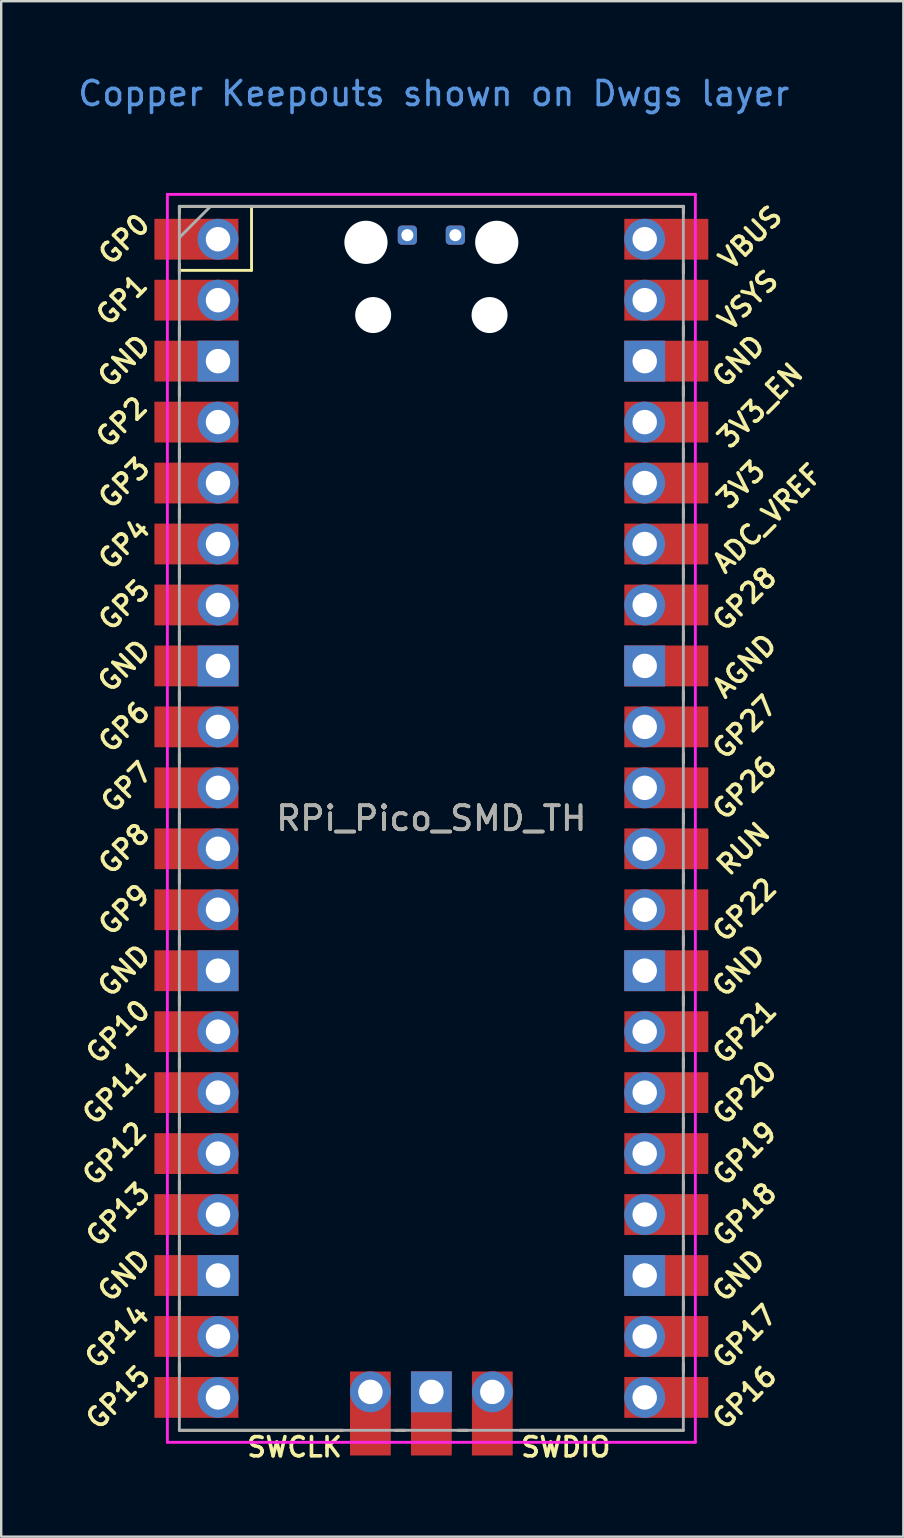
<source format=kicad_pcb>
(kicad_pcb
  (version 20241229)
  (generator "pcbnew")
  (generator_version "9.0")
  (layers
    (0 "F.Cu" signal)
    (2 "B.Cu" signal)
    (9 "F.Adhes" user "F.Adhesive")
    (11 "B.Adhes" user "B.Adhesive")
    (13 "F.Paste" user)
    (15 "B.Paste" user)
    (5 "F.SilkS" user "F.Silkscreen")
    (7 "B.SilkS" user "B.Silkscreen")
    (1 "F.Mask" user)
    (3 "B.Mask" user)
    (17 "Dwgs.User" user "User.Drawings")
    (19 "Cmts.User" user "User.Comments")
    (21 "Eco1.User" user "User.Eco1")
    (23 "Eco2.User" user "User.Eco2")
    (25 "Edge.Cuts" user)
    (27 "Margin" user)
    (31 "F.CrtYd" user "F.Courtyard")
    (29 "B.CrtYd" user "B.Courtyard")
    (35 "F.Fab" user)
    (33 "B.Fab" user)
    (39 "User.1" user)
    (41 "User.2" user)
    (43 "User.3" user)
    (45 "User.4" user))
  (footprint "RPi_Pico_SMD_TH"
    (layer "F.Cu")
    (at 14.924 31.048)
    (property "Reference" "RPi_Pico_SMD_TH" (at 0 0 0) (layer "F.SilkS") (effects (font (size 1 1) (thickness 0.15))))
    (attr through_hole)
    (fp_line (start -10.5 -25.5) (end -10.5 -25.2) (stroke (width 0.12) (type solid)) (layer "F.SilkS"))
    (fp_line (start -10.5 -25.5) (end 10.5 -25.5) (stroke (width 0.12) (type solid)) (layer "F.SilkS"))
    (fp_line (start -10.5 -23.1) (end -10.5 -22.7) (stroke (width 0.12) (type solid)) (layer "F.SilkS"))
    (fp_line (start -10.5 -22.833) (end -7.493 -22.833) (stroke (width 0.12) (type solid)) (layer "F.SilkS"))
    (fp_line (start -10.5 -20.5) (end -10.5 -20.1) (stroke (width 0.12) (type solid)) (layer "F.SilkS"))
    (fp_line (start -10.5 -18) (end -10.5 -17.6) (stroke (width 0.12) (type solid)) (layer "F.SilkS"))
    (fp_line (start -10.5 -15.4) (end -10.5 -15) (stroke (width 0.12) (type solid)) (layer "F.SilkS"))
    (fp_line (start -10.5 -12.9) (end -10.5 -12.5) (stroke (width 0.12) (type solid)) (layer "F.SilkS"))
    (fp_line (start -10.5 -10.4) (end -10.5 -10) (stroke (width 0.12) (type solid)) (layer "F.SilkS"))
    (fp_line (start -10.5 -7.8) (end -10.5 -7.4) (stroke (width 0.12) (type solid)) (layer "F.SilkS"))
    (fp_line (start -10.5 -5.3) (end -10.5 -4.9) (stroke (width 0.12) (type solid)) (layer "F.SilkS"))
    (fp_line (start -10.5 -2.7) (end -10.5 -2.3) (stroke (width 0.12) (type solid)) (layer "F.SilkS"))
    (fp_line (start -10.5 -0.2) (end -10.5 0.2) (stroke (width 0.12) (type solid)) (layer "F.SilkS"))
    (fp_line (start -10.5 2.3) (end -10.5 2.7) (stroke (width 0.12) (type solid)) (layer "F.SilkS"))
    (fp_line (start -10.5 4.9) (end -10.5 5.3) (stroke (width 0.12) (type solid)) (layer "F.SilkS"))
    (fp_line (start -10.5 7.4) (end -10.5 7.8) (stroke (width 0.12) (type solid)) (layer "F.SilkS"))
    (fp_line (start -10.5 10) (end -10.5 10.4) (stroke (width 0.12) (type solid)) (layer "F.SilkS"))
    (fp_line (start -10.5 12.5) (end -10.5 12.9) (stroke (width 0.12) (type solid)) (layer "F.SilkS"))
    (fp_line (start -10.5 15.1) (end -10.5 15.5) (stroke (width 0.12) (type solid)) (layer "F.SilkS"))
    (fp_line (start -10.5 17.6) (end -10.5 18) (stroke (width 0.12) (type solid)) (layer "F.SilkS"))
    (fp_line (start -10.5 20.1) (end -10.5 20.5) (stroke (width 0.12) (type solid)) (layer "F.SilkS"))
    (fp_line (start -10.5 22.7) (end -10.5 23.1) (stroke (width 0.12) (type solid)) (layer "F.SilkS"))
    (fp_line (start -7.493 -22.833) (end -7.493 -25.5) (stroke (width 0.12) (type solid)) (layer "F.SilkS"))
    (fp_line (start -3.7 25.5) (end -10.5 25.5) (stroke (width 0.12) (type solid)) (layer "F.SilkS"))
    (fp_line (start -1.5 25.5) (end -1.1 25.5) (stroke (width 0.12) (type solid)) (layer "F.SilkS"))
    (fp_line (start 1.1 25.5) (end 1.5 25.5) (stroke (width 0.12) (type solid)) (layer "F.SilkS"))
    (fp_line (start 10.5 -25.5) (end 10.5 -25.2) (stroke (width 0.12) (type solid)) (layer "F.SilkS"))
    (fp_line (start 10.5 -23.1) (end 10.5 -22.7) (stroke (width 0.12) (type solid)) (layer "F.SilkS"))
    (fp_line (start 10.5 -20.5) (end 10.5 -20.1) (stroke (width 0.12) (type solid)) (layer "F.SilkS"))
    (fp_line (start 10.5 -18) (end 10.5 -17.6) (stroke (width 0.12) (type solid)) (layer "F.SilkS"))
    (fp_line (start 10.5 -15.4) (end 10.5 -15) (stroke (width 0.12) (type solid)) (layer "F.SilkS"))
    (fp_line (start 10.5 -12.9) (end 10.5 -12.5) (stroke (width 0.12) (type solid)) (layer "F.SilkS"))
    (fp_line (start 10.5 -10.4) (end 10.5 -10) (stroke (width 0.12) (type solid)) (layer "F.SilkS"))
    (fp_line (start 10.5 -7.8) (end 10.5 -7.4) (stroke (width 0.12) (type solid)) (layer "F.SilkS"))
    (fp_line (start 10.5 -5.3) (end 10.5 -4.9) (stroke (width 0.12) (type solid)) (layer "F.SilkS"))
    (fp_line (start 10.5 -2.7) (end 10.5 -2.3) (stroke (width 0.12) (type solid)) (layer "F.SilkS"))
    (fp_line (start 10.5 -0.2) (end 10.5 0.2) (stroke (width 0.12) (type solid)) (layer "F.SilkS"))
    (fp_line (start 10.5 2.3) (end 10.5 2.7) (stroke (width 0.12) (type solid)) (layer "F.SilkS"))
    (fp_line (start 10.5 4.9) (end 10.5 5.3) (stroke (width 0.12) (type solid)) (layer "F.SilkS"))
    (fp_line (start 10.5 7.4) (end 10.5 7.8) (stroke (width 0.12) (type solid)) (layer "F.SilkS"))
    (fp_line (start 10.5 10) (end 10.5 10.4) (stroke (width 0.12) (type solid)) (layer "F.SilkS"))
    (fp_line (start 10.5 12.5) (end 10.5 12.9) (stroke (width 0.12) (type solid)) (layer "F.SilkS"))
    (fp_line (start 10.5 15.1) (end 10.5 15.5) (stroke (width 0.12) (type solid)) (layer "F.SilkS"))
    (fp_line (start 10.5 17.6) (end 10.5 18) (stroke (width 0.12) (type solid)) (layer "F.SilkS"))
    (fp_line (start 10.5 20.1) (end 10.5 20.5) (stroke (width 0.12) (type solid)) (layer "F.SilkS"))
    (fp_line (start 10.5 22.7) (end 10.5 23.1) (stroke (width 0.12) (type solid)) (layer "F.SilkS"))
    (fp_line (start 10.5 25.5) (end 3.7 25.5) (stroke (width 0.12) (type solid)) (layer "F.SilkS"))
    (fp_line (start -11 -26) (end 11 -26) (stroke (width 0.12) (type solid)) (layer "F.CrtYd"))
    (fp_line (start -11 26) (end -11 -26) (stroke (width 0.12) (type solid)) (layer "F.CrtYd"))
    (fp_line (start 11 -26) (end 11 26) (stroke (width 0.12) (type solid)) (layer "F.CrtYd"))
    (fp_line (start 11 26) (end -11 26) (stroke (width 0.12) (type solid)) (layer "F.CrtYd"))
    (fp_line (start -10.5 -25.5) (end 10.5 -25.5) (stroke (width 0.12) (type solid)) (layer "F.Fab"))
    (fp_line (start -10.5 -24.2) (end -9.2 -25.5) (stroke (width 0.12) (type solid)) (layer "F.Fab"))
    (fp_line (start -10.5 25.5) (end -10.5 -25.5) (stroke (width 0.12) (type solid)) (layer "F.Fab"))
    (fp_line (start 10.5 -25.5) (end 10.5 25.5) (stroke (width 0.12) (type solid)) (layer "F.Fab"))
    (fp_line (start 10.5 25.5) (end -10.5 25.5) (stroke (width 0.12) (type solid)) (layer "F.Fab"))
    (fp_text user "GP3" (at -12.8 -13.97 45) (layer "F.SilkS") (effects (font (size 0.8 0.8) (thickness 0.15))))
    (fp_text user "GP8" (at -12.8 1.27 45) (layer "F.SilkS") (effects (font (size 0.8 0.8) (thickness 0.15))))
    (fp_text user "GP4" (at -12.8 -11.43 45) (layer "F.SilkS") (effects (font (size 0.8 0.8) (thickness 0.15))))
    (fp_text user "GP19" (at 13.054 13.97 45) (layer "F.SilkS") (effects (font (size 0.8 0.8) (thickness 0.15))))
    (fp_text user "GP1" (at -12.9 -21.6 45) (layer "F.SilkS") (effects (font (size 0.8 0.8) (thickness 0.15))))
    (fp_text user "GP22" (at 13.054 3.81 45) (layer "F.SilkS") (effects (font (size 0.8 0.8) (thickness 0.15))))
    (fp_text user "ADC_VREF" (at 14 -12.5 45) (layer "F.SilkS") (effects (font (size 0.8 0.8) (thickness 0.15))))
    (fp_text user "GP17" (at 13.054 21.59 45) (layer "F.SilkS") (effects (font (size 0.8 0.8) (thickness 0.15))))
    (fp_text user "GND" (at 12.8 6.35 45) (layer "F.SilkS") (effects (font (size 0.8 0.8) (thickness 0.15))))
    (fp_text user "VSYS" (at 13.2 -21.59 45) (layer "F.SilkS") (effects (font (size 0.8 0.8) (thickness 0.15))))
    (fp_text user "GP6" (at -12.8 -3.81 45) (layer "F.SilkS") (effects (font (size 0.8 0.8) (thickness 0.15))))
    (fp_text user "GP26" (at 13.054 -1.27 45) (layer "F.SilkS") (effects (font (size 0.8 0.8) (thickness 0.15))))
    (fp_text user "GP11" (at -13.2 11.43 45) (layer "F.SilkS") (effects (font (size 0.8 0.8) (thickness 0.15))))
    (fp_text user "GP10" (at -13.054 8.89 45) (layer "F.SilkS") (effects (font (size 0.8 0.8) (thickness 0.15))))
    (fp_text user "GND" (at -12.8 19.05 45) (layer "F.SilkS") (effects (font (size 0.8 0.8) (thickness 0.15))))
    (fp_text user "GP15" (at -13.054 24.13 45) (layer "F.SilkS") (effects (font (size 0.8 0.8) (thickness 0.15))))
    (fp_text user "3V3" (at 12.9 -13.9 45) (layer "F.SilkS") (effects (font (size 0.8 0.8) (thickness 0.15))))
    (fp_text user "GP14" (at -13.1 21.59 45) (layer "F.SilkS") (effects (font (size 0.8 0.8) (thickness 0.15))))
    (fp_text user "GND" (at 12.8 19.05 45) (layer "F.SilkS") (effects (font (size 0.8 0.8) (thickness 0.15))))
    (fp_text user "GP9" (at -12.8 3.81 45) (layer "F.SilkS") (effects (font (size 0.8 0.8) (thickness 0.15))))
    (fp_text user "GP18" (at 13.054 16.51 45) (layer "F.SilkS") (effects (font (size 0.8 0.8) (thickness 0.15))))
    (fp_text user "GP20" (at 13.054 11.43 45) (layer "F.SilkS") (effects (font (size 0.8 0.8) (thickness 0.15))))
    (fp_text user "GP12" (at -13.2 13.97 45) (layer "F.SilkS") (effects (font (size 0.8 0.8) (thickness 0.15))))
    (fp_text user "GP5" (at -12.8 -8.89 45) (layer "F.SilkS") (effects (font (size 0.8 0.8) (thickness 0.15))))
    (fp_text user "GND" (at -12.8 6.35 45) (layer "F.SilkS") (effects (font (size 0.8 0.8) (thickness 0.15))))
    (fp_text user "GP13" (at -13.054 16.51 45) (layer "F.SilkS") (effects (font (size 0.8 0.8) (thickness 0.15))))
    (fp_text user "SWDIO" (at 5.6 26.2 0) (layer "F.SilkS") (effects (font (size 0.8 0.8) (thickness 0.15))))
    (fp_text user "GND" (at 12.8 -19.05 45) (layer "F.SilkS") (effects (font (size 0.8 0.8) (thickness 0.15))))
    (fp_text user "GP7" (at -12.7 -1.3 45) (layer "F.SilkS") (effects (font (size 0.8 0.8) (thickness 0.15))))
    (fp_text user "SWCLK" (at -5.7 26.2 0) (layer "F.SilkS") (effects (font (size 0.8 0.8) (thickness 0.15))))
    (fp_text user "GP28" (at 13.054 -9.144 45) (layer "F.SilkS") (effects (font (size 0.8 0.8) (thickness 0.15))))
    (fp_text user "GP27" (at 13.054 -3.8 45) (layer "F.SilkS") (effects (font (size 0.8 0.8) (thickness 0.15))))
    (fp_text user "GND" (at -12.8 -19.05 45) (layer "F.SilkS") (effects (font (size 0.8 0.8) (thickness 0.15))))
    (fp_text user "GP21" (at 13.054 8.9 45) (layer "F.SilkS") (effects (font (size 0.8 0.8) (thickness 0.15))))
    (fp_text user "GND" (at -12.8 -6.35 45) (layer "F.SilkS") (effects (font (size 0.8 0.8) (thickness 0.15))))
    (fp_text user "GP2" (at -12.9 -16.51 45) (layer "F.SilkS") (effects (font (size 0.8 0.8) (thickness 0.15))))
    (fp_text user "RUN" (at 13 1.27 45) (layer "F.SilkS") (effects (font (size 0.8 0.8) (thickness 0.15))))
    (fp_text user "GP16" (at 13.054 24.13 45) (layer "F.SilkS") (effects (font (size 0.8 0.8) (thickness 0.15))))
    (fp_text user "AGND" (at 13.054 -6.35 45) (layer "F.SilkS") (effects (font (size 0.8 0.8) (thickness 0.15))))
    (fp_text user "3V3_EN" (at 13.7 -17.2 45) (layer "F.SilkS") (effects (font (size 0.8 0.8) (thickness 0.15))))
    (fp_text user "VBUS" (at 13.3 -24.2 45) (layer "F.SilkS") (effects (font (size 0.8 0.8) (thickness 0.15))))
    (fp_text user "GP0" (at -12.8 -24.13 45) (layer "F.SilkS") (effects (font (size 0.8 0.8) (thickness 0.15))))
    (fp_text user "Copper Keepouts shown on Dwgs layer" (at 0.1 -30.2 0) (layer "Cmts.User") (effects (font (size 1 1) (thickness 0.15))))
    (fp_text user "${REFERENCE}" (at 0 0 180) (layer "F.Fab") (effects (font (size 1 1) (thickness 0.15))))
    (pad "" np_thru_hole oval (at -2.725 -24) (size 1.8 1.8) (drill 1.8) (layers "*.Cu" "*.Mask"))
    (pad "" np_thru_hole oval (at -2.425 -20.97) (size 1.5 1.5) (drill 1.5) (layers "*.Cu" "*.Mask"))
    (pad "" np_thru_hole oval (at 2.425 -20.97) (size 1.5 1.5) (drill 1.5) (layers "*.Cu" "*.Mask"))
    (pad "" np_thru_hole oval (at 2.725 -24) (size 1.8 1.8) (drill 1.8) (layers "*.Cu" "*.Mask"))
    (pad "1" thru_hole oval (at -8.89 -24.13) (size 1.7 1.7) (drill 1.02) (layers "*.Cu" "*.Mask"))
    (pad "1" smd rect (at -8.89 -24.13) (size 3.5 1.7) (drill (offset -0.9 0)) (layers "F.Cu" "F.Mask"))
    (pad "2" thru_hole oval (at -8.89 -21.59) (size 1.7 1.7) (drill 1.02) (layers "*.Cu" "*.Mask"))
    (pad "2" smd rect (at -8.89 -21.59) (size 3.5 1.7) (drill (offset -0.9 0)) (layers "F.Cu" "F.Mask"))
    (pad "3" thru_hole rect (at -8.89 -19.05) (size 1.7 1.7) (drill 1.02) (layers "*.Cu" "*.Mask"))
    (pad "3" smd rect (at -8.89 -19.05) (size 3.5 1.7) (drill (offset -0.9 0)) (layers "F.Cu" "F.Mask"))
    (pad "4" thru_hole oval (at -8.89 -16.51) (size 1.7 1.7) (drill 1.02) (layers "*.Cu" "*.Mask"))
    (pad "4" smd rect (at -8.89 -16.51) (size 3.5 1.7) (drill (offset -0.9 0)) (layers "F.Cu" "F.Mask"))
    (pad "5" thru_hole oval (at -8.89 -13.97) (size 1.7 1.7) (drill 1.02) (layers "*.Cu" "*.Mask"))
    (pad "5" smd rect (at -8.89 -13.97) (size 3.5 1.7) (drill (offset -0.9 0)) (layers "F.Cu" "F.Mask"))
    (pad "6" thru_hole oval (at -8.89 -11.43) (size 1.7 1.7) (drill 1.02) (layers "*.Cu" "*.Mask"))
    (pad "6" smd rect (at -8.89 -11.43) (size 3.5 1.7) (drill (offset -0.9 0)) (layers "F.Cu" "F.Mask"))
    (pad "7" thru_hole oval (at -8.89 -8.89) (size 1.7 1.7) (drill 1.02) (layers "*.Cu" "*.Mask"))
    (pad "7" smd rect (at -8.89 -8.89) (size 3.5 1.7) (drill (offset -0.9 0)) (layers "F.Cu" "F.Mask"))
    (pad "8" thru_hole rect (at -8.89 -6.35) (size 1.7 1.7) (drill 1.02) (layers "*.Cu" "*.Mask"))
    (pad "8" smd rect (at -8.89 -6.35) (size 3.5 1.7) (drill (offset -0.9 0)) (layers "F.Cu" "F.Mask"))
    (pad "9" thru_hole oval (at -8.89 -3.81) (size 1.7 1.7) (drill 1.02) (layers "*.Cu" "*.Mask"))
    (pad "9" smd rect (at -8.89 -3.81) (size 3.5 1.7) (drill (offset -0.9 0)) (layers "F.Cu" "F.Mask"))
    (pad "10" thru_hole oval (at -8.89 -1.27) (size 1.7 1.7) (drill 1.02) (layers "*.Cu" "*.Mask"))
    (pad "10" smd rect (at -8.89 -1.27) (size 3.5 1.7) (drill (offset -0.9 0)) (layers "F.Cu" "F.Mask"))
    (pad "11" thru_hole oval (at -8.89 1.27) (size 1.7 1.7) (drill 1.02) (layers "*.Cu" "*.Mask"))
    (pad "11" smd rect (at -8.89 1.27) (size 3.5 1.7) (drill (offset -0.9 0)) (layers "F.Cu" "F.Mask"))
    (pad "12" thru_hole oval (at -8.89 3.81) (size 1.7 1.7) (drill 1.02) (layers "*.Cu" "*.Mask"))
    (pad "12" smd rect (at -8.89 3.81) (size 3.5 1.7) (drill (offset -0.9 0)) (layers "F.Cu" "F.Mask"))
    (pad "13" thru_hole rect (at -8.89 6.35) (size 1.7 1.7) (drill 1.02) (layers "*.Cu" "*.Mask"))
    (pad "13" smd rect (at -8.89 6.35) (size 3.5 1.7) (drill (offset -0.9 0)) (layers "F.Cu" "F.Mask"))
    (pad "14" thru_hole oval (at -8.89 8.89) (size 1.7 1.7) (drill 1.02) (layers "*.Cu" "*.Mask"))
    (pad "14" smd rect (at -8.89 8.89) (size 3.5 1.7) (drill (offset -0.9 0)) (layers "F.Cu" "F.Mask"))
    (pad "15" thru_hole oval (at -8.89 11.43) (size 1.7 1.7) (drill 1.02) (layers "*.Cu" "*.Mask"))
    (pad "15" smd rect (at -8.89 11.43) (size 3.5 1.7) (drill (offset -0.9 0)) (layers "F.Cu" "F.Mask"))
    (pad "16" thru_hole oval (at -8.89 13.97) (size 1.7 1.7) (drill 1.02) (layers "*.Cu" "*.Mask"))
    (pad "16" smd rect (at -8.89 13.97) (size 3.5 1.7) (drill (offset -0.9 0)) (layers "F.Cu" "F.Mask"))
    (pad "17" thru_hole oval (at -8.89 16.51) (size 1.7 1.7) (drill 1.02) (layers "*.Cu" "*.Mask"))
    (pad "17" smd rect (at -8.89 16.51) (size 3.5 1.7) (drill (offset -0.9 0)) (layers "F.Cu" "F.Mask"))
    (pad "18" thru_hole rect (at -8.89 19.05) (size 1.7 1.7) (drill 1.02) (layers "*.Cu" "*.Mask"))
    (pad "18" smd rect (at -8.89 19.05) (size 3.5 1.7) (drill (offset -0.9 0)) (layers "F.Cu" "F.Mask"))
    (pad "19" thru_hole oval (at -8.89 21.59) (size 1.7 1.7) (drill 1.02) (layers "*.Cu" "*.Mask"))
    (pad "19" smd rect (at -8.89 21.59) (size 3.5 1.7) (drill (offset -0.9 0)) (layers "F.Cu" "F.Mask"))
    (pad "20" thru_hole oval (at -8.89 24.13) (size 1.7 1.7) (drill 1.02) (layers "*.Cu" "*.Mask"))
    (pad "20" smd rect (at -8.89 24.13) (size 3.5 1.7) (drill (offset -0.9 0)) (layers "F.Cu" "F.Mask"))
    (pad "21" thru_hole oval (at 8.89 24.13) (size 1.7 1.7) (drill 1.02) (layers "*.Cu" "*.Mask"))
    (pad "21" smd rect (at 8.89 24.13) (size 3.5 1.7) (drill (offset 0.9 0)) (layers "F.Cu" "F.Mask"))
    (pad "22" thru_hole oval (at 8.89 21.59) (size 1.7 1.7) (drill 1.02) (layers "*.Cu" "*.Mask"))
    (pad "22" smd rect (at 8.89 21.59) (size 3.5 1.7) (drill (offset 0.9 0)) (layers "F.Cu" "F.Mask"))
    (pad "23" thru_hole rect (at 8.89 19.05) (size 1.7 1.7) (drill 1.02) (layers "*.Cu" "*.Mask"))
    (pad "23" smd rect (at 8.89 19.05) (size 3.5 1.7) (drill (offset 0.9 0)) (layers "F.Cu" "F.Mask"))
    (pad "24" thru_hole oval (at 8.89 16.51) (size 1.7 1.7) (drill 1.02) (layers "*.Cu" "*.Mask"))
    (pad "24" smd rect (at 8.89 16.51) (size 3.5 1.7) (drill (offset 0.9 0)) (layers "F.Cu" "F.Mask"))
    (pad "25" thru_hole oval (at 8.89 13.97) (size 1.7 1.7) (drill 1.02) (layers "*.Cu" "*.Mask"))
    (pad "25" smd rect (at 8.89 13.97) (size 3.5 1.7) (drill (offset 0.9 0)) (layers "F.Cu" "F.Mask"))
    (pad "26" thru_hole oval (at 8.89 11.43) (size 1.7 1.7) (drill 1.02) (layers "*.Cu" "*.Mask"))
    (pad "26" smd rect (at 8.89 11.43) (size 3.5 1.7) (drill (offset 0.9 0)) (layers "F.Cu" "F.Mask"))
    (pad "27" thru_hole oval (at 8.89 8.89) (size 1.7 1.7) (drill 1.02) (layers "*.Cu" "*.Mask"))
    (pad "27" smd rect (at 8.89 8.89) (size 3.5 1.7) (drill (offset 0.9 0)) (layers "F.Cu" "F.Mask"))
    (pad "28" thru_hole rect (at 8.89 6.35) (size 1.7 1.7) (drill 1.02) (layers "*.Cu" "*.Mask"))
    (pad "28" smd rect (at 8.89 6.35) (size 3.5 1.7) (drill (offset 0.9 0)) (layers "F.Cu" "F.Mask"))
    (pad "29" thru_hole oval (at 8.89 3.81) (size 1.7 1.7) (drill 1.02) (layers "*.Cu" "*.Mask"))
    (pad "29" smd rect (at 8.89 3.81) (size 3.5 1.7) (drill (offset 0.9 0)) (layers "F.Cu" "F.Mask"))
    (pad "30" thru_hole oval (at 8.89 1.27) (size 1.7 1.7) (drill 1.02) (layers "*.Cu" "*.Mask"))
    (pad "30" smd rect (at 8.89 1.27) (size 3.5 1.7) (drill (offset 0.9 0)) (layers "F.Cu" "F.Mask"))
    (pad "31" thru_hole oval (at 8.89 -1.27) (size 1.7 1.7) (drill 1.02) (layers "*.Cu" "*.Mask"))
    (pad "31" smd rect (at 8.89 -1.27) (size 3.5 1.7) (drill (offset 0.9 0)) (layers "F.Cu" "F.Mask"))
    (pad "32" thru_hole oval (at 8.89 -3.81) (size 1.7 1.7) (drill 1.02) (layers "*.Cu" "*.Mask"))
    (pad "32" smd rect (at 8.89 -3.81) (size 3.5 1.7) (drill (offset 0.9 0)) (layers "F.Cu" "F.Mask"))
    (pad "33" thru_hole rect (at 8.89 -6.35) (size 1.7 1.7) (drill 1.02) (layers "*.Cu" "*.Mask"))
    (pad "33" smd rect (at 8.89 -6.35) (size 3.5 1.7) (drill (offset 0.9 0)) (layers "F.Cu" "F.Mask"))
    (pad "34" thru_hole oval (at 8.89 -8.89) (size 1.7 1.7) (drill 1.02) (layers "*.Cu" "*.Mask"))
    (pad "34" smd rect (at 8.89 -8.89) (size 3.5 1.7) (drill (offset 0.9 0)) (layers "F.Cu" "F.Mask"))
    (pad "35" thru_hole oval (at 8.89 -11.43) (size 1.7 1.7) (drill 1.02) (layers "*.Cu" "*.Mask"))
    (pad "35" smd rect (at 8.89 -11.43) (size 3.5 1.7) (drill (offset 0.9 0)) (layers "F.Cu" "F.Mask"))
    (pad "36" thru_hole oval (at 8.89 -13.97) (size 1.7 1.7) (drill 1.02) (layers "*.Cu" "*.Mask"))
    (pad "36" smd rect (at 8.89 -13.97) (size 3.5 1.7) (drill (offset 0.9 0)) (layers "F.Cu" "F.Mask"))
    (pad "37" thru_hole oval (at 8.89 -16.51) (size 1.7 1.7) (drill 1.02) (layers "*.Cu" "*.Mask"))
    (pad "37" smd rect (at 8.89 -16.51) (size 3.5 1.7) (drill (offset 0.9 0)) (layers "F.Cu" "F.Mask"))
    (pad "38" thru_hole rect (at 8.89 -19.05) (size 1.7 1.7) (drill 1.02) (layers "*.Cu" "*.Mask"))
    (pad "38" smd rect (at 8.89 -19.05) (size 3.5 1.7) (drill (offset 0.9 0)) (layers "F.Cu" "F.Mask"))
    (pad "39" thru_hole oval (at 8.89 -21.59) (size 1.7 1.7) (drill 1.02) (layers "*.Cu" "*.Mask"))
    (pad "39" smd rect (at 8.89 -21.59) (size 3.5 1.7) (drill (offset 0.9 0)) (layers "F.Cu" "F.Mask"))
    (pad "40" thru_hole oval (at 8.89 -24.13) (size 1.7 1.7) (drill 1.02) (layers "*.Cu" "*.Mask"))
    (pad "40" smd rect (at 8.89 -24.13) (size 3.5 1.7) (drill (offset 0.9 0)) (layers "F.Cu" "F.Mask"))
    (pad "41" thru_hole oval (at -2.54 23.9) (size 1.7 1.7) (drill 1.02) (layers "*.Cu" "*.Mask"))
    (pad "41" smd rect (at -2.54 23.9 90) (size 3.5 1.7) (drill (offset -0.9 0)) (layers "F.Cu" "F.Mask"))
    (pad "42" thru_hole rect (at 0 23.9) (size 1.7 1.7) (drill 1.02) (layers "*.Cu" "*.Mask"))
    (pad "42" smd rect (at 0 23.9 90) (size 3.5 1.7) (drill (offset -0.9 0)) (layers "F.Cu" "F.Mask"))
    (pad "43" thru_hole oval (at 2.54 23.9) (size 1.7 1.7) (drill 1.02) (layers "*.Cu" "*.Mask"))
    (pad "43" smd rect (at 2.54 23.9 90) (size 3.5 1.7) (drill (offset -0.9 0)) (layers "F.Cu" "F.Mask"))
    (pad "44" thru_hole roundrect (at -1 -24.3) (size 0.8 0.8) (drill 0.5) (layers "*.Cu" "*.Mask") (roundrect_rratio 0.208))
    (pad "45" thru_hole roundrect (at 1 -24.3) (size 0.8 0.8) (drill 0.5) (layers "*.Cu" "*.Mask") (roundrect_rratio 0.208)))
  (gr_rect
    (start -3 -3)
    (end 34.591 60.98)
    (stroke (width 0.1) (type default))
    (fill no)
    (layer "Edge.Cuts")))
</source>
